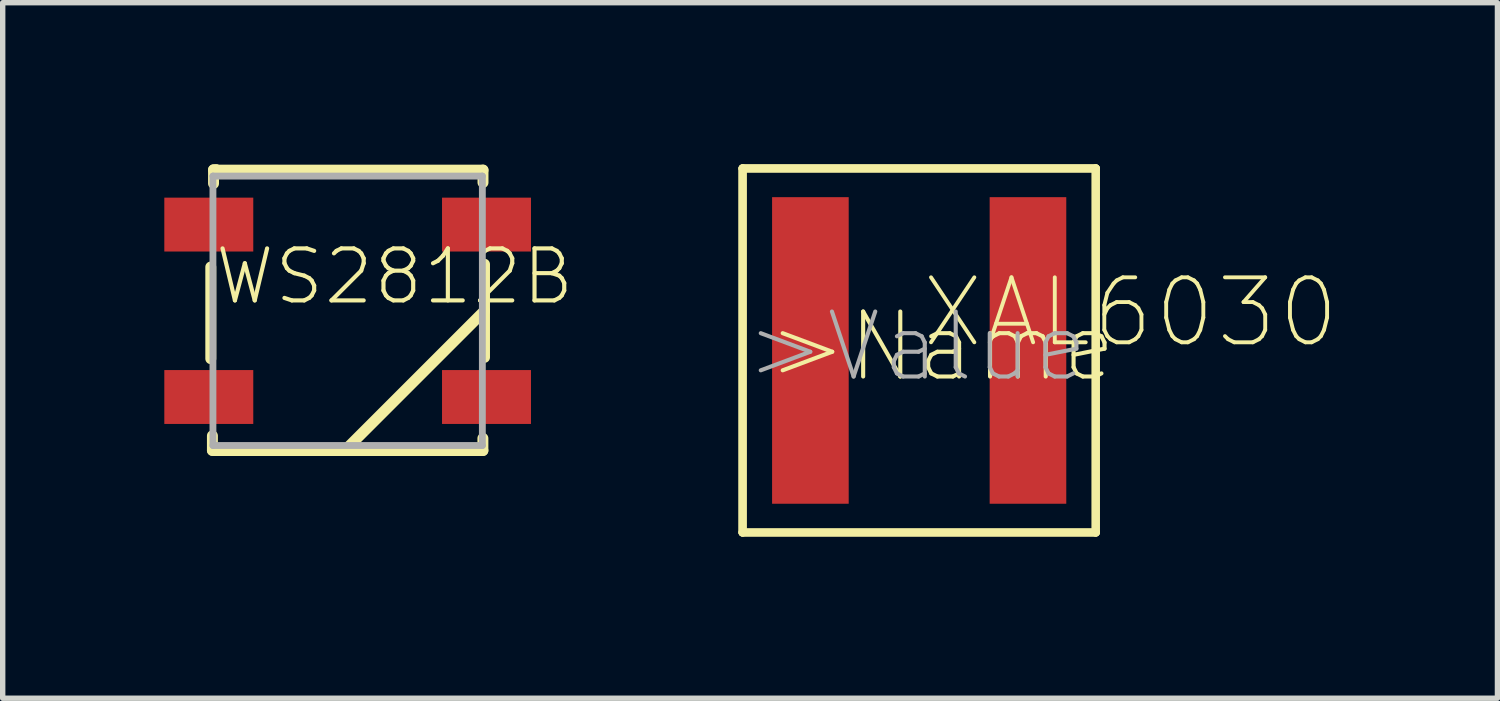
<source format=kicad_pcb>
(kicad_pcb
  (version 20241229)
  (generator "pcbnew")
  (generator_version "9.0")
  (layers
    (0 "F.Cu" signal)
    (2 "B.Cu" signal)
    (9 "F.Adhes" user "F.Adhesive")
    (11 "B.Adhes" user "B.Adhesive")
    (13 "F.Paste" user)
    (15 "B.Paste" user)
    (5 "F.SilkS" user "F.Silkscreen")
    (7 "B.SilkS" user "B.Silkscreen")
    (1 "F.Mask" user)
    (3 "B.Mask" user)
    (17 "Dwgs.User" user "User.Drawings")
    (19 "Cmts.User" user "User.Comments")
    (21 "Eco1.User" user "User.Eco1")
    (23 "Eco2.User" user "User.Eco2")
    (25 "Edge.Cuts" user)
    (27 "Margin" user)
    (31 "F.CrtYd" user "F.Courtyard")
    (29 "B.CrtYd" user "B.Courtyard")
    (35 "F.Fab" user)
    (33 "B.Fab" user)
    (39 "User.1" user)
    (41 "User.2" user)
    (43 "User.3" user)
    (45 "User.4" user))
  (footprint "XAL6030"
    (layer "F.Cu")
    (at 14.009 3.454)
    (property "Reference" "XAL6030" (at 0 0 0) (layer "F.SilkS") (effects (font (size 1.206 1.206) (thickness 0.072)) (justify left bottom)))
    (attr through_hole)
    (fp_line (start -3.277 -3.378) (end -3.277 3.378) (stroke (width 0.152) (type solid)) (layer "F.SilkS"))
    (fp_line (start -3.277 -3.378) (end -3.277 3.378) (stroke (width 0.152) (type solid)) (layer "F.SilkS"))
    (fp_line (start -3.277 3.378) (end 3.277 3.378) (stroke (width 0.152) (type solid)) (layer "F.SilkS"))
    (fp_line (start -3.277 3.378) (end 3.277 3.378) (stroke (width 0.152) (type solid)) (layer "F.SilkS"))
    (fp_line (start 3.277 -3.378) (end -3.277 -3.378) (stroke (width 0.152) (type solid)) (layer "F.SilkS"))
    (fp_line (start 3.277 -3.378) (end -3.277 -3.378) (stroke (width 0.152) (type solid)) (layer "F.SilkS"))
    (fp_line (start 3.277 3.378) (end 3.277 -3.378) (stroke (width 0.152) (type solid)) (layer "F.SilkS"))
    (fp_line (start 3.277 3.378) (end 3.277 -3.378) (stroke (width 0.152) (type solid)) (layer "F.SilkS"))
    (fp_text user ">Name" (at -2.87 0.635 0) (layer "F.SilkS") (effects (font (size 1.206 1.206) (thickness 0.076)) (justify left bottom)))
    (fp_text user ">Value" (at -3.277 0.635 0) (layer "F.Fab") (effects (font (size 1.206 1.206) (thickness 0.076)) (justify left bottom)))
    (pad "1" smd rect (at -2.019 0) (size 1.422 5.69) (layers "F.Cu" "F.Mask" "F.Paste"))
    (pad "2" smd rect (at 2.019 0) (size 1.422 5.69) (layers "F.Cu" "F.Mask" "F.Paste")))
  (footprint "WS2812B"
    (layer "F.Cu")
    (at 3.402 2.718)
    (property "Reference" "WS2812B" (at 4.254 -1.2 0) (layer "F.SilkS") (effects (font (size 0.965 0.965) (thickness 0.077)) (justify right top)))
    (attr through_hole)
    (fp_line (start -2.54 0.889) (end -2.54 -0.813) (stroke (width 0.203) (type solid)) (layer "F.SilkS"))
    (fp_line (start -2.51 2.319) (end -2.51 2.591) (stroke (width 0.203) (type solid)) (layer "F.SilkS"))
    (fp_line (start -2.51 2.591) (end -2.459 2.591) (stroke (width 0.203) (type solid)) (layer "F.SilkS"))
    (fp_line (start -2.489 -2.616) (end -2.438 -2.616) (stroke (width 0.203) (type solid)) (layer "F.SilkS"))
    (fp_line (start -2.489 -2.362) (end -2.489 -2.616) (stroke (width 0.203) (type solid)) (layer "F.SilkS"))
    (fp_line (start -2.459 2.591) (end -2.459 2.593) (stroke (width 0.203) (type solid)) (layer "F.SilkS"))
    (fp_line (start -2.459 2.593) (end 2.51 2.593) (stroke (width 0.203) (type solid)) (layer "F.SilkS"))
    (fp_line (start -2.438 -2.616) (end -2.438 -2.611) (stroke (width 0.203) (type solid)) (layer "F.SilkS"))
    (fp_line (start -2.438 -2.611) (end 2.512 -2.611) (stroke (width 0.203) (type solid)) (layer "F.SilkS"))
    (fp_line (start 2.51 2.593) (end 2.51 2.367) (stroke (width 0.203) (type solid)) (layer "F.SilkS"))
    (fp_line (start 2.512 -2.611) (end 2.512 -2.38) (stroke (width 0.203) (type solid)) (layer "F.SilkS"))
    (fp_line (start 2.54 -0.864) (end 2.54 0) (stroke (width 0.203) (type solid)) (layer "F.SilkS"))
    (fp_line (start 2.54 0) (end 0 2.54) (stroke (width 0.203) (type solid)) (layer "F.SilkS"))
    (fp_line (start 2.54 0) (end 2.54 0.864) (stroke (width 0.203) (type solid)) (layer "F.SilkS"))
    (fp_line (start -2.5 -2.5) (end -2.5 2.5) (stroke (width 0.127) (type solid)) (layer "F.Fab"))
    (fp_line (start -2.5 2.5) (end 2.5 2.5) (stroke (width 0.127) (type solid)) (layer "F.Fab"))
    (fp_line (start 2.5 -2.5) (end -2.5 -2.5) (stroke (width 0.127) (type solid)) (layer "F.Fab"))
    (fp_line (start 2.5 2.5) (end 2.5 -2.5) (stroke (width 0.127) (type solid)) (layer "F.Fab"))
    (pad "1" smd rect (at -2.577 -1.6) (size 1.651 1) (layers "F.Cu" "F.Mask" "F.Paste"))
    (pad "2" smd rect (at -2.577 1.6) (size 1.651 1) (layers "F.Cu" "F.Mask" "F.Paste"))
    (pad "3" smd rect (at 2.577 1.6) (size 1.651 1) (layers "F.Cu" "F.Mask" "F.Paste"))
    (pad "4" smd rect (at 2.577 -1.6) (size 1.651 1) (layers "F.Cu" "F.Mask" "F.Paste")))
  (gr_rect
    (start -3 -3)
    (end 24.741 9.909)
    (stroke (width 0.1) (type default))
    (fill no)
    (layer "Edge.Cuts")))
</source>
